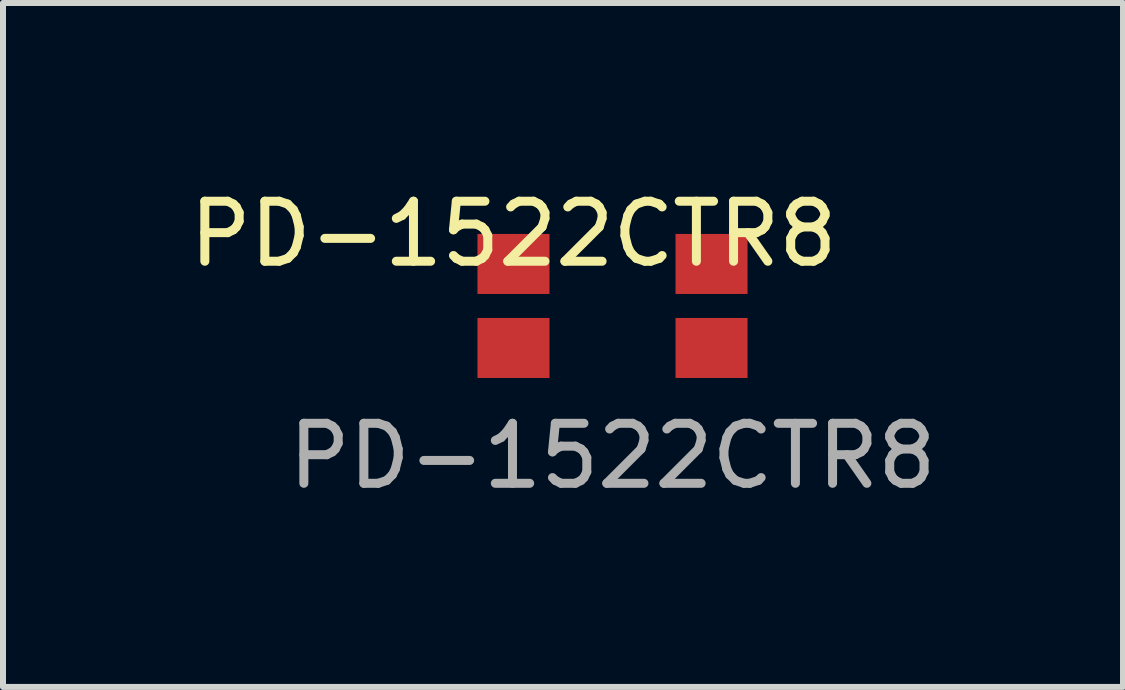
<source format=kicad_pcb>
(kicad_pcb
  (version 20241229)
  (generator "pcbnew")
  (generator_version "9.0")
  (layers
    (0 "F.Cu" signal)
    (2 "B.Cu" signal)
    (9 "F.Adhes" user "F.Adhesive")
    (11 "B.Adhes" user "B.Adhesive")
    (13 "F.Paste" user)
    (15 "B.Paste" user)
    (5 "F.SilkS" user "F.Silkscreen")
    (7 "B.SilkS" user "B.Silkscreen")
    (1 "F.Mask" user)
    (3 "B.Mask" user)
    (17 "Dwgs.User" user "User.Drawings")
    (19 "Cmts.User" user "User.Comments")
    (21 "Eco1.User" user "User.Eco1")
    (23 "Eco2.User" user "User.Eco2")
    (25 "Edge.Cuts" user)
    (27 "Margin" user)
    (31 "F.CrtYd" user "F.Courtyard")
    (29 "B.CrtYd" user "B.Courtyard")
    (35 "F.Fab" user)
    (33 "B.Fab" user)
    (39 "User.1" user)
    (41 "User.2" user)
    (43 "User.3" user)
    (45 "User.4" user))
  (footprint "PD-1522CTR8"
    (layer "F.Cu")
    (at 7.156 2.048)
    (property "Reference" "PD-1522CTR8" (at -1.65 -1.2 0) (unlocked yes) (layer "F.SilkS") (effects (font (size 1 1) (thickness 0.15))))
    (attr smd)
    (fp_text user "${REFERENCE}" (at 0 2.5 0) (unlocked yes) (layer "F.Fab") (effects (font (size 1 1) (thickness 0.15))))
    (pad "1" smd rect (at 1.65 -0.7) (size 1.2 1) (layers "F.Cu" "F.Mask" "F.Paste"))
    (pad "1" smd rect (at 1.65 0.7) (size 1.2 1) (layers "F.Cu" "F.Mask" "F.Paste"))
    (pad "2" smd rect (at -1.65 -0.7) (size 1.2 1) (layers "F.Cu" "F.Mask" "F.Paste"))
    (pad "2" smd rect (at -1.65 0.7) (size 1.2 1) (layers "F.Cu" "F.Mask" "F.Paste")))
  (gr_rect
    (start -3 -3)
    (end 15.662 8.396)
    (stroke (width 0.1) (type default))
    (fill no)
    (layer "Edge.Cuts")))
</source>
